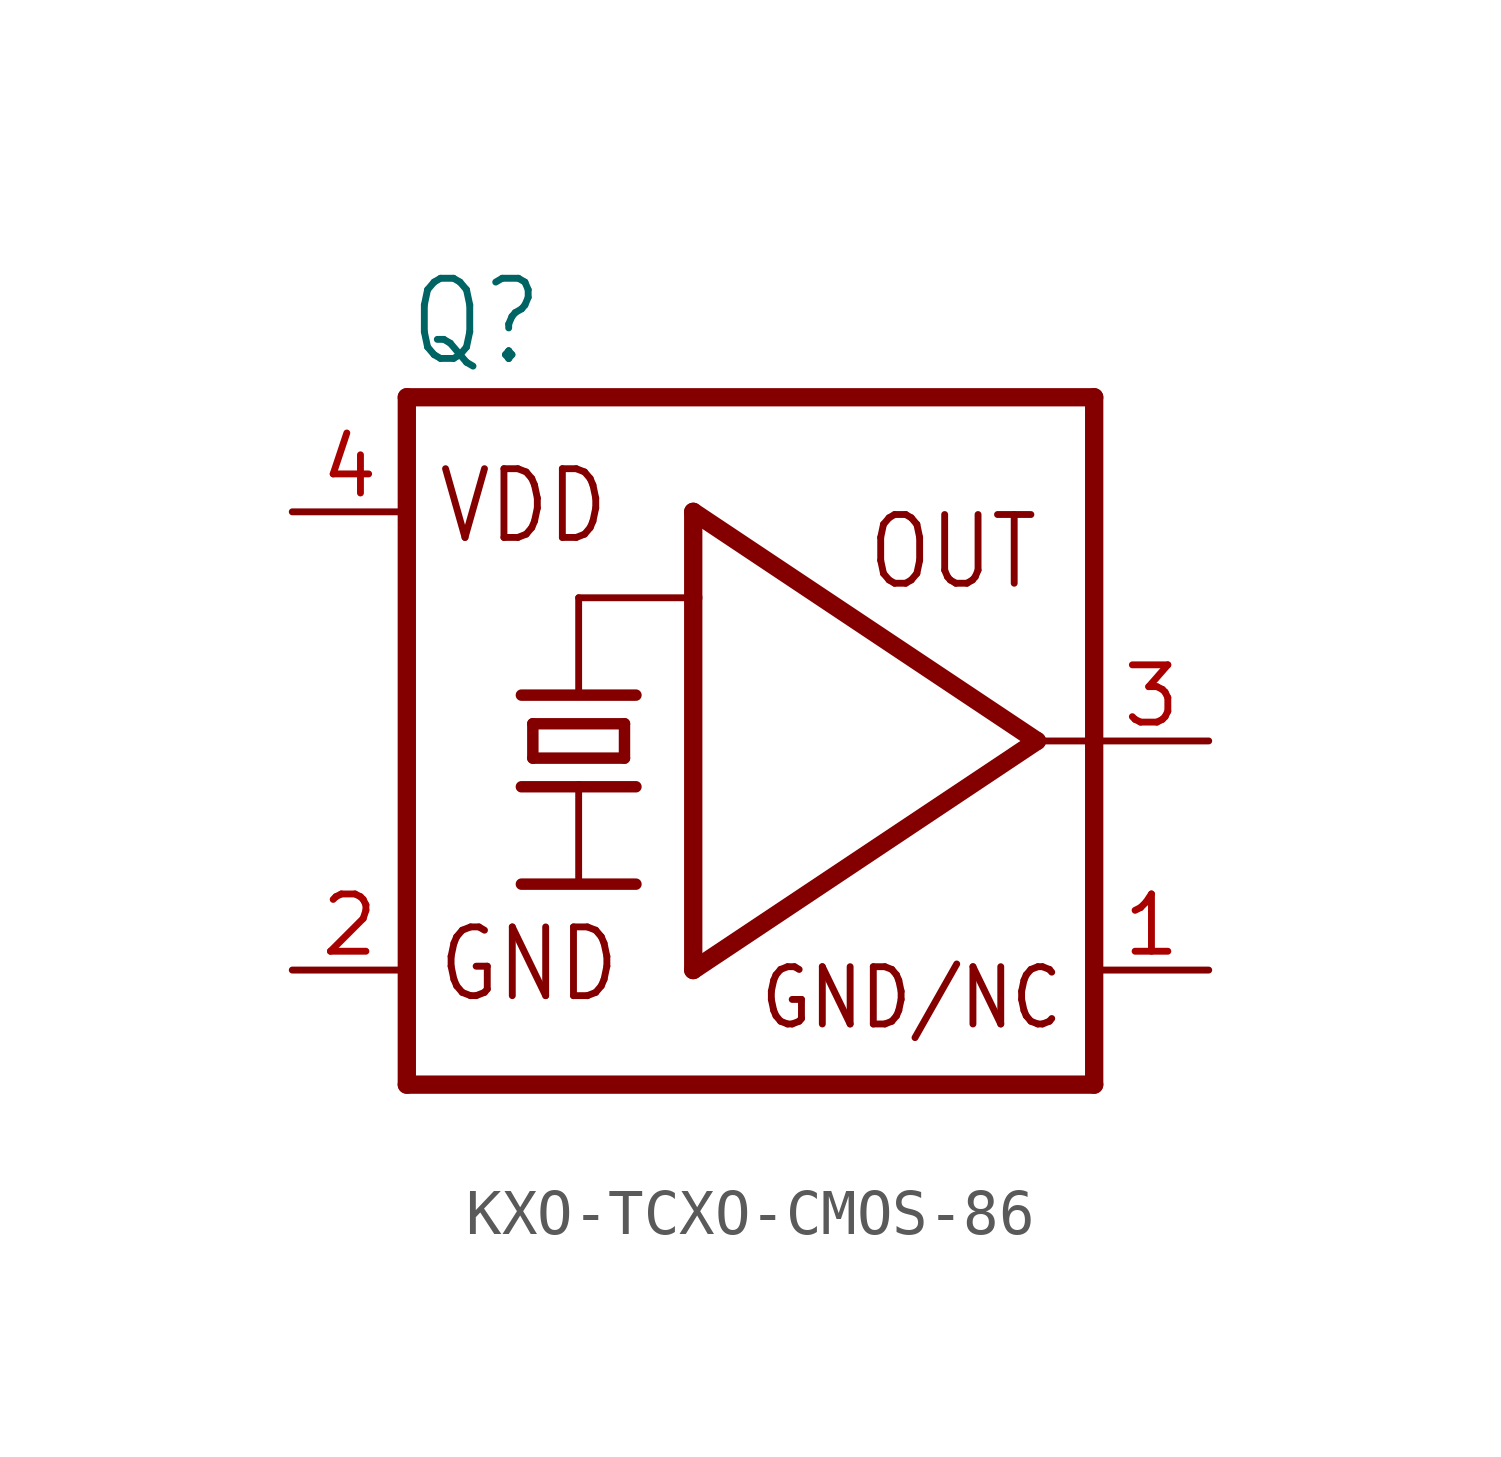
<source format=kicad_sym>
(kicad_symbol_lib
  (version 20201005)
  (generator kicad_symbol_editor)
  (symbol "KXO-TCXO-CMOS-86"
    (property "Reference" "Q"
      (at -7.62 8.255 0)
      (effects (font (size 1.778 1.511)) (justify left bottom)))
    (property "ki_locked" ""
      (at 0 0 0)
      (effects (font (size 1.27 1.27))))
    (symbol "KXO-TCXO-CMOS-86_1_0"
      (text "GND" (at -6.985 -5.842 0) (effects (font (size 1.524 1.295)) (justify left bottom)))
      (text "GND/NC" (at 6.985 -4.953 0) (effects (font (size 1.27 1.079)) (justify right top)))
      (text "OUT" (at 2.54 3.302 0) (effects (font (size 1.524 1.295)) (justify left bottom)))
      (text "VDD" (at -6.985 4.318 0) (effects (font (size 1.524 1.295)) (justify left bottom)))
      (polyline (pts (xy -7.62 7.62) (xy -7.62 -7.62)) (stroke (width 0.406)) (fill (type none)))
      (polyline (pts (xy -7.62 7.62) (xy 7.62 7.62)) (stroke (width 0.406)) (fill (type none)))
      (polyline (pts (xy -5.08 -3.175) (xy -2.54 -3.175)) (stroke (width 0.254)) (fill (type none)))
      (polyline (pts (xy -5.08 -1.016) (xy -3.81 -1.016)) (stroke (width 0.254)) (fill (type none)))
      (polyline (pts (xy -5.08 1.016) (xy -2.54 1.016)) (stroke (width 0.254)) (fill (type none)))
      (polyline (pts (xy -4.826 -0.381) (xy -4.826 0.381)) (stroke (width 0.254)) (fill (type none)))
      (polyline (pts (xy -4.826 -0.381) (xy -2.794 -0.381)) (stroke (width 0.254)) (fill (type none)))
      (polyline (pts (xy -4.826 0.381) (xy -2.794 0.381)) (stroke (width 0.254)) (fill (type none)))
      (polyline (pts (xy -3.81 -3.175) (xy -3.81 -1.016)) (stroke (width 0.152)) (fill (type none)))
      (polyline (pts (xy -3.81 -1.016) (xy -2.54 -1.016)) (stroke (width 0.254)) (fill (type none)))
      (polyline (pts (xy -3.81 1.016) (xy -3.81 3.175)) (stroke (width 0.152)) (fill (type none)))
      (polyline (pts (xy -3.81 3.175) (xy -1.27 3.175)) (stroke (width 0.152)) (fill (type none)))
      (polyline (pts (xy -2.794 0.381) (xy -2.794 -0.381)) (stroke (width 0.254)) (fill (type none)))
      (polyline (pts (xy -1.27 -5.08) (xy -1.27 3.175)) (stroke (width 0.406)) (fill (type none)))
      (polyline (pts (xy -1.27 3.175) (xy -1.27 5.08)) (stroke (width 0.406)) (fill (type none)))
      (polyline (pts (xy -1.27 5.08) (xy 6.35 0)) (stroke (width 0.406)) (fill (type none)))
      (polyline (pts (xy 6.35 0) (xy -1.27 -5.08)) (stroke (width 0.406)) (fill (type none)))
      (polyline (pts (xy 6.35 0) (xy 7.62 0)) (stroke (width 0.152)) (fill (type none)))
      (polyline (pts (xy 7.62 -7.62) (xy -7.62 -7.62)) (stroke (width 0.406)) (fill (type none)))
      (polyline (pts (xy 7.62 -7.62) (xy 7.62 0)) (stroke (width 0.406)) (fill (type none)))
      (polyline (pts (xy 7.62 0) (xy 7.62 7.62)) (stroke (width 0.406)) (fill (type none)))
      (pin power_in line (at 10.16 -5.08 180) (length 2.54) (name "GND/NC" (effects (font (size 0 0)))) (number "1" (effects (font (size 1.27 1.27)))))
      (pin power_in line (at -10.16 -5.08 0) (length 2.54) (name "GND" (effects (font (size 0 0)))) (number "2" (effects (font (size 1.27 1.27)))))
      (pin output line (at 10.16 0 180) (length 2.54) (name "OUT" (effects (font (size 0 0)))) (number "3" (effects (font (size 1.27 1.27)))))
      (pin power_in line (at -10.16 5.08 0) (length 2.54) (name "VDD" (effects (font (size 0 0)))) (number "4" (effects (font (size 1.27 1.27))))))))
</source>
